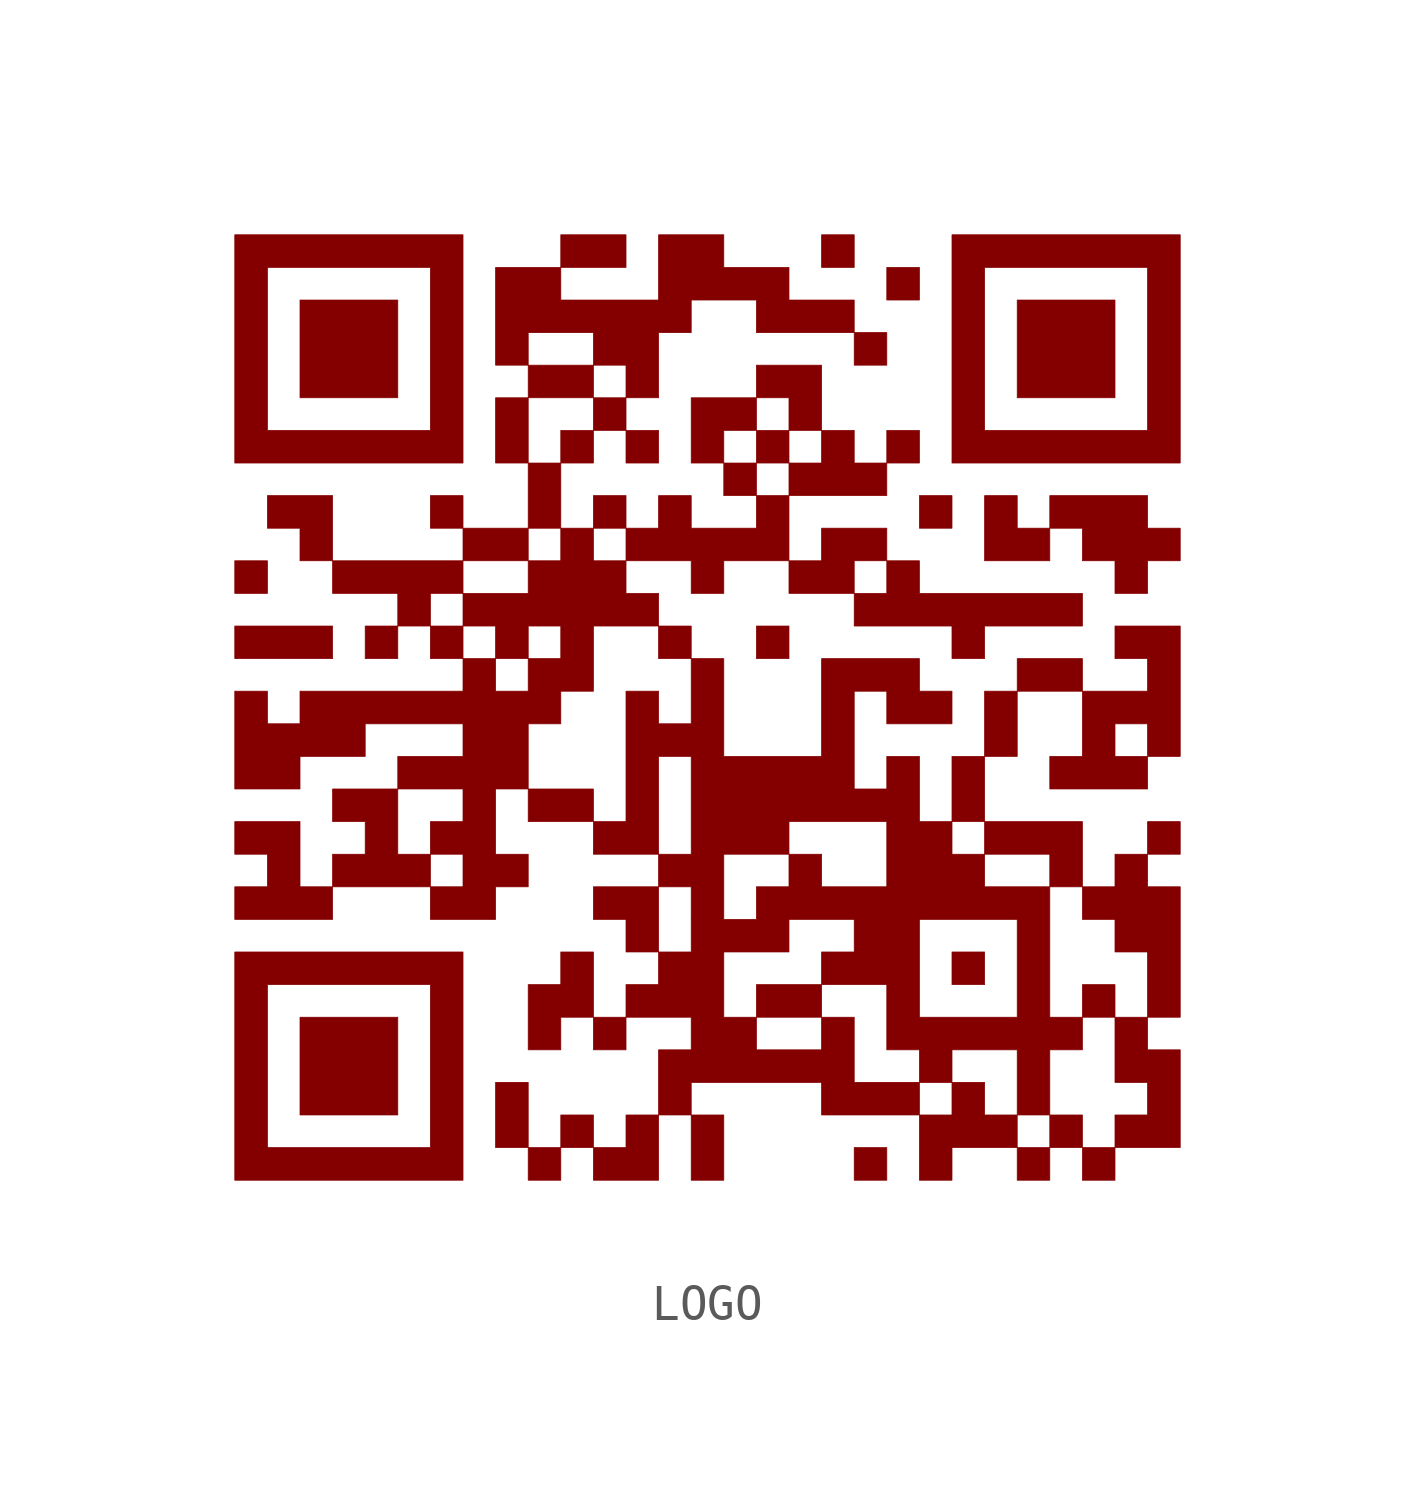
<source format=kicad_sym>
(kicad_symbol_lib
  (version 20220914)
  (generator bitmap2component)
  (symbol "LOGO"
    (pin_names
      (offset 1.016))
    (property "Reference" "#G"
      (at 0 14.368 0)
      (effects (font (size 1.27 1.27)) hide))
    (symbol "LOGO_0_0"
      (polyline (pts (xy -6.976 -10.232) (xy -6.976 -6.976) (xy -10.232 -6.976) (xy -13.488 -6.976) (xy -13.488 -10.232) (xy -13.488 -12.557) (xy -12.557 -12.557) (xy -12.557 -10.232) (xy -12.557 -7.907) (xy -10.232 -7.907) (xy -7.907 -7.907) (xy -7.907 -10.232) (xy -7.907 -12.557) (xy -10.232 -12.557) (xy -12.557 -12.557) (xy -13.488 -12.557) (xy -13.488 -13.488) (xy -10.232 -13.488) (xy -6.976 -13.488) (xy -6.976 -10.232)) (stroke (width 0.01) (type default)) (fill (type outline)))
      (polyline (pts (xy -2.325 13.023) (xy -2.325 13.488) (xy -3.256 13.488) (xy -4.186 13.488) (xy -4.186 13.023) (xy -4.186 12.557) (xy -3.256 12.557) (xy -2.325 12.557) (xy -2.325 13.023)) (stroke (width 0.01) (type default)) (fill (type outline)))
      (polyline (pts (xy -4.186 -13.023) (xy -4.186 -12.557) (xy -3.721 -12.557) (xy -3.256 -12.557) (xy -3.256 -13.023) (xy -3.256 -13.488) (xy -2.325 -13.488) (xy -1.395 -13.488) (xy -1.395 -12.557) (xy -1.395 -11.627) (xy -0.93 -11.627) (xy -0.465 -11.627) (xy -0.465 -12.557) (xy -0.465 -13.488) (xy 0 -13.488) (xy 0.465 -13.488) (xy 0.465 -12.557) (xy 0.465 -11.627) (xy 0 -11.627) (xy -0.465 -11.627) (xy -0.465 -11.162) (xy -0.465 -10.697) (xy 1.395 -10.697) (xy 3.256 -10.697) (xy 3.256 -11.162) (xy 3.256 -11.627) (xy 4.651 -11.627) (xy 6.046 -11.627) (xy 6.046 -12.557) (xy 6.046 -13.488) (xy 6.511 -13.488) (xy 6.976 -13.488) (xy 6.976 -13.023) (xy 6.976 -12.557) (xy 7.907 -12.557) (xy 8.837 -12.557) (xy 8.837 -13.023) (xy 8.837 -13.488) (xy 9.302 -13.488) (xy 9.767 -13.488) (xy 9.767 -13.023) (xy 9.767 -12.557) (xy 10.232 -12.557) (xy 10.697 -12.557) (xy 10.697 -13.023) (xy 10.697 -13.488) (xy 11.162 -13.488) (xy 11.627 -13.488) (xy 11.627 -13.023) (xy 11.627 -12.557) (xy 11.162 -12.557) (xy 10.697 -12.557) (xy 10.697 -12.092) (xy 10.697 -11.627) (xy 10.232 -11.627) (xy 9.767 -11.627) (xy 9.767 -12.092) (xy 9.767 -12.557) (xy 9.302 -12.557) (xy 8.837 -12.557) (xy 8.837 -12.092) (xy 8.837 -11.627) (xy 8.372 -11.627) (xy 7.907 -11.627) (xy 7.907 -11.162) (xy 7.907 -10.697) (xy 7.441 -10.697) (xy 6.976 -10.697) (xy 6.976 -11.162) (xy 6.976 -11.627) (xy 6.511 -11.627) (xy 6.046 -11.627) (xy 6.046 -11.162) (xy 6.046 -10.697) (xy 5.116 -10.697) (xy 4.186 -10.697) (xy 4.186 -9.767) (xy 4.186 -8.837) (xy 3.721 -8.837) (xy 3.256 -8.837) (xy 3.256 -9.302) (xy 3.256 -9.767) (xy 2.325 -9.767) (xy 1.395 -9.767) (xy 1.395 -9.302) (xy 1.395 -8.837) (xy 0.93 -8.837) (xy 0.465 -8.837) (xy 0.465 -7.907) (xy 0.465 -6.976) (xy 1.395 -6.976) (xy 2.325 -6.976) (xy 2.325 -6.511) (xy 2.325 -6.046) (xy 3.256 -6.046) (xy 4.186 -6.046) (xy 4.186 -6.511) (xy 4.186 -6.976) (xy 3.721 -6.976) (xy 3.256 -6.976) (xy 3.256 -7.441) (xy 3.256 -7.907) (xy 4.186 -7.907) (xy 5.116 -7.907) (xy 5.116 -8.837) (xy 6.046 -8.837) (xy 6.046 -7.441) (xy 6.046 -6.046) (xy 7.441 -6.046) (xy 8.837 -6.046) (xy 8.837 -7.441) (xy 8.837 -8.837) (xy 7.441 -8.837) (xy 6.046 -8.837) (xy 5.116 -8.837) (xy 5.116 -9.767) (xy 5.581 -9.767) (xy 6.046 -9.767) (xy 6.046 -10.232) (xy 6.046 -10.697) (xy 6.511 -10.697) (xy 6.976 -10.697) (xy 6.976 -10.232) (xy 6.976 -9.767) (xy 7.907 -9.767) (xy 8.837 -9.767) (xy 8.837 -10.697) (xy 8.837 -11.627) (xy 9.302 -11.627) (xy 9.767 -11.627) (xy 9.767 -10.697) (xy 9.767 -9.767) (xy 10.232 -9.767) (xy 10.697 -9.767) (xy 10.697 -9.302) (xy 10.697 -8.837) (xy 10.232 -8.837) (xy 9.767 -8.837) (xy 9.767 -6.976) (xy 9.767 -5.116) (xy 8.837 -5.116) (xy 7.907 -5.116) (xy 7.907 -4.651) (xy 7.907 -4.186) (xy 7.441 -4.186) (xy 6.976 -4.186) (xy 6.976 -3.721) (xy 6.976 -3.256) (xy 7.441 -3.256) (xy 7.907 -3.256) (xy 7.907 -3.721) (xy 7.907 -4.186) (xy 8.837 -4.186) (xy 9.767 -4.186) (xy 9.767 -4.651) (xy 9.767 -5.116) (xy 10.232 -5.116) (xy 10.697 -5.116) (xy 10.697 -5.581) (xy 10.697 -6.046) (xy 11.162 -6.046) (xy 11.627 -6.046) (xy 11.627 -6.511) (xy 11.627 -6.976) (xy 12.092 -6.976) (xy 12.557 -6.976) (xy 12.557 -7.907) (xy 12.557 -8.837) (xy 13.023 -8.837) (xy 13.488 -8.837) (xy 13.488 -6.976) (xy 13.488 -5.116) (xy 13.023 -5.116) (xy 12.557 -5.116) (xy 12.557 -4.651) (xy 12.557 -4.186) (xy 12.092 -4.186) (xy 11.627 -4.186) (xy 11.627 -4.651) (xy 11.627 -5.116) (xy 11.162 -5.116) (xy 10.697 -5.116) (xy 10.697 -4.186) (xy 10.697 -3.256) (xy 9.302 -3.256) (xy 7.907 -3.256) (xy 7.907 -2.325) (xy 7.907 -1.395) (xy 7.441 -1.395) (xy 6.976 -1.395) (xy 6.976 -2.325) (xy 6.976 -3.256) (xy 6.511 -3.256) (xy 6.046 -3.256) (xy 6.046 -2.325) (xy 6.046 -1.395) (xy 5.581 -1.395) (xy 5.116 -1.395) (xy 5.116 -1.86) (xy 5.116 -2.325) (xy 4.651 -2.325) (xy 4.186 -2.325) (xy 4.186 -0.93) (xy 4.186 0.465) (xy 4.651 0.465) (xy 5.116 0.465) (xy 5.116 0) (xy 5.116 -0.465) (xy 6.046 -0.465) (xy 6.976 -0.465) (xy 6.976 0) (xy 6.976 0.465) (xy 6.511 0.465) (xy 6.046 0.465) (xy 6.046 0.93) (xy 6.046 1.395) (xy 4.651 1.395) (xy 3.256 1.395) (xy 3.256 0) (xy 3.256 -1.395) (xy 1.86 -1.395) (xy 0.465 -1.395) (xy 0.465 0) (xy 0.465 1.395) (xy 0 1.395) (xy -0.465 1.395) (xy -0.465 1.86) (xy -0.465 2.325) (xy -0.93 2.325) (xy -1.395 2.325) (xy -1.395 2.791) (xy -1.395 3.256) (xy -1.86 3.256) (xy -2.325 3.256) (xy -2.325 3.721) (xy -2.325 4.186) (xy -1.395 4.186) (xy -0.465 4.186) (xy -0.465 3.721) (xy -0.465 3.256) (xy 0 3.256) (xy 0.465 3.256) (xy 0.465 3.721) (xy 0.465 4.186) (xy 1.395 4.186) (xy 2.325 4.186) (xy 2.325 3.721) (xy 2.325 3.256) (xy 3.256 3.256) (xy 4.186 3.256) (xy 4.186 3.721) (xy 4.186 4.186) (xy 4.651 4.186) (xy 5.116 4.186) (xy 5.116 3.721) (xy 5.116 3.256) (xy 4.651 3.256) (xy 4.186 3.256) (xy 4.186 2.791) (xy 4.186 2.325) (xy 5.581 2.325) (xy 6.976 2.325) (xy 6.976 1.86) (xy 6.976 1.395) (xy 7.441 1.395) (xy 7.907 1.395) (xy 7.907 1.86) (xy 7.907 2.325) (xy 9.302 2.325) (xy 10.697 2.325) (xy 10.697 2.791) (xy 10.697 3.256) (xy 8.372 3.256) (xy 6.046 3.256) (xy 6.046 3.721) (xy 6.046 4.186) (xy 5.581 4.186) (xy 5.116 4.186) (xy 5.116 4.651) (xy 5.116 5.116) (xy 4.186 5.116) (xy 3.256 5.116) (xy 3.256 4.651) (xy 3.256 4.186) (xy 2.791 4.186) (xy 2.325 4.186) (xy 2.325 5.116) (xy 2.325 6.046) (xy 1.86 6.046) (xy 1.395 6.046) (xy 1.395 6.511) (xy 1.395 6.976) (xy 0.93 6.976) (xy 0.465 6.976) (xy 0.465 7.441) (xy 0.465 7.907) (xy 0.93 7.907) (xy 1.395 7.907) (xy 1.395 8.372) (xy 1.395 8.837) (xy 1.86 8.837) (xy 2.325 8.837) (xy 2.325 8.372) (xy 2.325 7.907) (xy 2.791 7.907) (xy 3.256 7.907) (xy 3.256 7.441) (xy 3.256 6.976) (xy 2.791 6.976) (xy 2.325 6.976) (xy 2.325 6.511) (xy 2.325 6.046) (xy 3.721 6.046) (xy 5.116 6.046) (xy 5.116 6.511) (xy 5.116 6.976) (xy 4.651 6.976) (xy 4.186 6.976) (xy 4.186 7.441) (xy 4.186 7.907) (xy 3.721 7.907) (xy 3.256 7.907) (xy 3.256 8.837) (xy 3.256 9.767) (xy 2.325 9.767) (xy 1.395 9.767) (xy 1.395 9.302) (xy 1.395 8.837) (xy 0.465 8.837) (xy -0.465 8.837) (xy -0.465 7.907) (xy -0.465 6.976) (xy 0 6.976) (xy 0.465 6.976) (xy 0.465 6.511) (xy 0.465 6.046) (xy 0.93 6.046) (xy 1.395 6.046) (xy 1.395 5.581) (xy 1.395 5.116) (xy 0.465 5.116) (xy -0.465 5.116) (xy -0.465 5.581) (xy -0.465 6.046) (xy -0.93 6.046) (xy -1.395 6.046) (xy -1.395 5.581) (xy -1.395 5.116) (xy -1.86 5.116) (xy -2.325 5.116) (xy -2.325 5.581) (xy -2.325 6.046) (xy -2.791 6.046) (xy -3.256 6.046) (xy -3.256 5.581) (xy -3.256 5.116) (xy -3.721 5.116) (xy -4.186 5.116) (xy -4.186 6.046) (xy -4.186 6.976) (xy -4.651 6.976) (xy -5.116 6.976) (xy -5.116 7.907) (xy -5.116 8.837) (xy -4.186 8.837) (xy -3.256 8.837) (xy -3.256 8.372) (xy -3.256 7.907) (xy -3.721 7.907) (xy -4.186 7.907) (xy -4.186 7.441) (xy -4.186 6.976) (xy -3.721 6.976) (xy -3.256 6.976) (xy -3.256 7.441) (xy -3.256 7.907) (xy -2.791 7.907) (xy -2.325 7.907) (xy -2.325 7.441) (xy -2.325 6.976) (xy -1.86 6.976) (xy -1.395 6.976) (xy -1.395 7.441) (xy -1.395 7.907) (xy -1.86 7.907) (xy -2.325 7.907) (xy -2.325 8.372) (xy -2.325 8.837) (xy -2.791 8.837) (xy -3.256 8.837) (xy -3.256 9.302) (xy -3.256 9.767) (xy -4.186 9.767) (xy -5.116 9.767) (xy -5.116 10.232) (xy -5.116 10.697) (xy -4.186 10.697) (xy -3.256 10.697) (xy -3.256 10.232) (xy -3.256 9.767) (xy -2.791 9.767) (xy -2.325 9.767) (xy -2.325 9.302) (xy -2.325 8.837) (xy -1.86 8.837) (xy -1.395 8.837) (xy -1.395 9.767) (xy -1.395 10.697) (xy -0.93 10.697) (xy -0.465 10.697) (xy -0.465 11.162) (xy -0.465 11.627) (xy 0.465 11.627) (xy 1.395 11.627) (xy 1.395 11.162) (xy 1.395 10.697) (xy 2.791 10.697) (xy 4.186 10.697) (xy 4.186 10.232) (xy 4.186 9.767) (xy 4.651 9.767) (xy 5.116 9.767) (xy 5.116 10.232) (xy 5.116 10.697) (xy 4.651 10.697) (xy 4.186 10.697) (xy 4.186 11.162) (xy 4.186 11.627) (xy 3.256 11.627) (xy 2.325 11.627) (xy 2.325 12.092) (xy 2.325 12.557) (xy 1.395 12.557) (xy 0.465 12.557) (xy 0.465 13.023) (xy 0.465 13.488) (xy -0.465 13.488) (xy -1.395 13.488) (xy -1.395 12.557) (xy -1.395 11.627) (xy -2.791 11.627) (xy -4.186 11.627) (xy -4.186 12.092) (xy -4.186 12.557) (xy -5.116 12.557) (xy -6.046 12.557) (xy -6.046 11.162) (xy -6.046 9.767) (xy -5.581 9.767) (xy -5.116 9.767) (xy -5.116 9.302) (xy -5.116 8.837) (xy -5.581 8.837) (xy -6.046 8.837) (xy -6.046 7.907) (xy -6.046 6.976) (xy -5.581 6.976) (xy -5.116 6.976) (xy -5.116 6.046) (xy -5.116 5.116) (xy -6.046 5.116) (xy -6.976 5.116) (xy -6.976 5.581) (xy -6.976 6.046) (xy -7.441 6.046) (xy -7.907 6.046) (xy -7.907 5.581) (xy -7.907 5.116) (xy -7.441 5.116) (xy -6.976 5.116) (xy -6.976 4.651) (xy -6.976 4.186) (xy -8.837 4.186) (xy -10.697 4.186) (xy -10.697 5.116) (xy -10.697 6.046) (xy -11.627 6.046) (xy -12.557 6.046) (xy -12.557 5.581) (xy -12.557 5.116) (xy -12.092 5.116) (xy -11.627 5.116) (xy -11.627 4.651) (xy -11.627 4.186) (xy -11.162 4.186) (xy -10.697 4.186) (xy -10.697 3.721) (xy -10.697 3.256) (xy -9.767 3.256) (xy -8.837 3.256) (xy -7.907 3.256) (xy -7.441 3.256) (xy -6.976 3.256) (xy -6.976 3.721) (xy -6.976 4.186) (xy -6.046 4.186) (xy -5.116 4.186) (xy -5.116 4.651) (xy -5.116 5.116) (xy -4.651 5.116) (xy -4.186 5.116) (xy -4.186 4.651) (xy -4.186 4.186) (xy -3.256 4.186) (xy -3.256 4.651) (xy -3.256 5.116) (xy -2.791 5.116) (xy -2.325 5.116) (xy -2.325 4.651) (xy -2.325 4.186) (xy -2.791 4.186) (xy -3.256 4.186) (xy -4.186 4.186) (xy -4.651 4.186) (xy -5.116 4.186) (xy -5.116 3.721) (xy -5.116 3.256) (xy -6.046 3.256) (xy -6.976 3.256) (xy -6.976 2.791) (xy -6.976 2.325) (xy -6.511 2.325) (xy -6.046 2.325) (xy -6.046 1.86) (xy -6.046 1.395) (xy -5.581 1.395) (xy -5.116 1.395) (xy -5.116 1.86) (xy -5.116 2.325) (xy -4.651 2.325) (xy -4.186 2.325) (xy -4.186 1.86) (xy -4.186 1.395) (xy -4.651 1.395) (xy -5.116 1.395) (xy -5.116 0.93) (xy -5.116 0.465) (xy -5.581 0.465) (xy -6.046 0.465) (xy -6.046 0.93) (xy -6.046 1.395) (xy -6.511 1.395) (xy -6.976 1.395) (xy -6.976 1.86) (xy -6.976 2.325) (xy -7.441 2.325) (xy -7.907 2.325) (xy -7.907 2.791) (xy -7.907 3.256) (xy -8.837 3.256) (xy -8.837 2.791) (xy -8.837 2.325) (xy -9.302 2.325) (xy -9.767 2.325) (xy -9.767 1.86) (xy -9.767 1.395) (xy -9.302 1.395) (xy -8.837 1.395) (xy -8.837 1.86) (xy -8.837 2.325) (xy -8.372 2.325) (xy -7.907 2.325) (xy -7.907 1.86) (xy -7.907 1.395) (xy -7.441 1.395) (xy -6.976 1.395) (xy -6.976 0.93) (xy -6.976 0.465) (xy -9.302 0.465) (xy -11.627 0.465) (xy -11.627 0) (xy -11.627 -0.465) (xy -12.092 -0.465) (xy -12.557 -0.465) (xy -12.557 0) (xy -12.557 0.465) (xy -13.023 0.465) (xy -13.488 0.465) (xy -13.488 -0.93) (xy -13.488 -2.325) (xy -12.557 -2.325) (xy -11.627 -2.325) (xy -11.627 -1.86) (xy -11.627 -1.395) (xy -10.697 -1.395) (xy -9.767 -1.395) (xy -9.767 -0.93) (xy -9.767 -0.465) (xy -8.372 -0.465) (xy -6.976 -0.465) (xy -5.116 -0.465) (xy -4.651 -0.465) (xy -4.186 -0.465) (xy -4.186 0) (xy -4.186 0.465) (xy -3.721 0.465) (xy -3.256 0.465) (xy -3.256 1.395) (xy -3.256 2.325) (xy -2.325 2.325) (xy -1.395 2.325) (xy -1.395 1.86) (xy -1.395 1.395) (xy -0.93 1.395) (xy -0.465 1.395) (xy -0.465 0.465) (xy -0.465 -0.465) (xy -0.93 -0.465) (xy -1.395 -0.465) (xy -1.395 0) (xy -1.395 0.465) (xy -1.86 0.465) (xy -2.325 0.465) (xy -2.325 -1.395) (xy -2.325 -3.256) (xy -2.791 -3.256) (xy -3.256 -3.256) (xy -3.256 -2.791) (xy -3.256 -2.325) (xy -4.186 -2.325) (xy -5.116 -2.325) (xy -5.116 -1.395) (xy -5.116 -0.465) (xy -6.976 -0.465) (xy -6.976 -0.93) (xy -6.976 -1.395) (xy -7.907 -1.395) (xy -8.837 -1.395) (xy -8.837 -1.86) (xy -8.837 -2.325) (xy -7.907 -2.325) (xy -6.976 -2.325) (xy -6.976 -2.791) (xy -6.976 -3.256) (xy -7.441 -3.256) (xy -7.907 -3.256) (xy -7.907 -3.721) (xy -7.907 -4.186) (xy -7.441 -4.186) (xy -6.976 -4.186) (xy -6.976 -4.651) (xy -6.976 -5.116) (xy -7.441 -5.116) (xy -7.907 -5.116) (xy -7.907 -4.651) (xy -7.907 -4.186) (xy -8.372 -4.186) (xy -8.837 -4.186) (xy -8.837 -3.256) (xy -8.837 -2.325) (xy -9.767 -2.325) (xy -10.697 -2.325) (xy -10.697 -2.791) (xy -10.697 -3.256) (xy -10.232 -3.256) (xy -9.767 -3.256) (xy -9.767 -3.721) (xy -9.767 -4.186) (xy -10.232 -4.186) (xy -10.697 -4.186) (xy -10.697 -4.651) (xy -10.697 -5.116) (xy -11.162 -5.116) (xy -11.627 -5.116) (xy -11.627 -4.186) (xy -11.627 -3.256) (xy -12.557 -3.256) (xy -13.488 -3.256) (xy -13.488 -3.721) (xy -13.488 -4.186) (xy -13.023 -4.186) (xy -12.557 -4.186) (xy -12.557 -4.651) (xy -12.557 -5.116) (xy -13.023 -5.116) (xy -13.488 -5.116) (xy -13.488 -5.581) (xy -13.488 -6.046) (xy -12.092 -6.046) (xy -10.697 -6.046) (xy -10.697 -5.581) (xy -10.697 -5.116) (xy -9.302 -5.116) (xy -7.907 -5.116) (xy -7.907 -5.581) (xy -7.907 -6.046) (xy -6.976 -6.046) (xy -6.046 -6.046) (xy -6.046 -5.581) (xy -6.046 -5.116) (xy -5.581 -5.116) (xy -5.116 -5.116) (xy -5.116 -4.651) (xy -5.116 -4.186) (xy -5.581 -4.186) (xy -6.046 -4.186) (xy -6.046 -3.256) (xy -6.046 -2.325) (xy -5.581 -2.325) (xy -5.116 -2.325) (xy -5.116 -2.791) (xy -5.116 -3.256) (xy -4.186 -3.256) (xy -3.256 -3.256) (xy -3.256 -3.721) (xy -3.256 -4.186) (xy -2.325 -4.186) (xy -1.395 -4.186) (xy -1.395 -2.791) (xy -1.395 -1.395) (xy -0.93 -1.395) (xy -0.465 -1.395) (xy -0.465 -2.791) (xy -0.465 -4.186) (xy -0.93 -4.186) (xy -1.395 -4.186) (xy -1.395 -4.651) (xy -1.395 -5.116) (xy -2.325 -5.116) (xy -3.256 -5.116) (xy -3.256 -5.581) (xy -3.256 -6.046) (xy -2.791 -6.046) (xy -2.325 -6.046) (xy -2.325 -6.511) (xy -2.325 -6.976) (xy -1.86 -6.976) (xy -1.395 -6.976) (xy -1.395 -6.046) (xy -1.395 -5.116) (xy -0.93 -5.116) (xy -0.465 -5.116) (xy -0.465 -6.046) (xy 0.465 -6.046) (xy 0.465 -5.116) (xy 0.465 -4.186) (xy 1.395 -4.186) (xy 2.325 -4.186) (xy 2.325 -3.721) (xy 2.325 -3.256) (xy 3.721 -3.256) (xy 5.116 -3.256) (xy 5.116 -4.186) (xy 5.116 -5.116) (xy 4.186 -5.116) (xy 3.256 -5.116) (xy 3.256 -4.651) (xy 3.256 -4.186) (xy 2.791 -4.186) (xy 2.325 -4.186) (xy 2.325 -4.651) (xy 2.325 -5.116) (xy 1.86 -5.116) (xy 1.395 -5.116) (xy 1.395 -5.581) (xy 1.395 -6.046) (xy 0.93 -6.046) (xy 0.465 -6.046) (xy -0.465 -6.046) (xy -0.465 -6.976) (xy -0.93 -6.976) (xy -1.395 -6.976) (xy -1.395 -7.441) (xy -1.395 -7.907) (xy -1.86 -7.907) (xy -2.325 -7.907) (xy -2.325 -8.372) (xy -2.325 -8.837) (xy -2.791 -8.837) (xy -3.256 -8.837) (xy -3.256 -7.907) (xy -3.256 -6.976) (xy -3.721 -6.976) (xy -4.186 -6.976) (xy -4.186 -7.441) (xy -4.186 -7.907) (xy -4.651 -7.907) (xy -5.116 -7.907) (xy -5.116 -8.837) (xy -5.116 -9.767) (xy -4.651 -9.767) (xy -4.186 -9.767) (xy -4.186 -9.302) (xy -4.186 -8.837) (xy -3.721 -8.837) (xy -3.256 -8.837) (xy -3.256 -9.302) (xy -3.256 -9.767) (xy -2.791 -9.767) (xy -2.325 -9.767) (xy -2.325 -9.302) (xy -2.325 -8.837) (xy -1.395 -8.837) (xy -0.465 -8.837) (xy -0.465 -9.302) (xy -0.465 -9.767) (xy -0.93 -9.767) (xy -1.395 -9.767) (xy -1.395 -10.697) (xy -1.395 -11.627) (xy -1.86 -11.627) (xy -2.325 -11.627) (xy -2.325 -12.092) (xy -2.325 -12.557) (xy -2.791 -12.557) (xy -3.256 -12.557) (xy -3.256 -12.092) (xy -3.256 -11.627) (xy -3.721 -11.627) (xy -4.186 -11.627) (xy -4.186 -12.092) (xy -4.186 -12.557) (xy -4.651 -12.557) (xy -5.116 -12.557) (xy -5.116 -11.627) (xy -5.116 -10.697) (xy -5.581 -10.697) (xy -6.046 -10.697) (xy -6.046 -11.627) (xy -6.046 -12.557) (xy -5.581 -12.557) (xy -5.116 -12.557) (xy -5.116 -13.023) (xy -5.116 -13.488) (xy -4.651 -13.488) (xy -4.186 -13.488) (xy -4.186 -13.023)) (stroke (width 0.01) (type default)) (fill (type outline)))
      (polyline (pts (xy 6.046 7.441) (xy 6.046 7.907) (xy 5.581 7.907) (xy 5.116 7.907) (xy 5.116 7.441) (xy 5.116 6.976) (xy 5.581 6.976) (xy 6.046 6.976) (xy 6.046 7.441)) (stroke (width 0.01) (type default)) (fill (type outline)))
      (polyline (pts (xy 12.557 -1.86) (xy 12.557 -1.395) (xy 12.092 -1.395) (xy 11.627 -1.395) (xy 11.627 -0.93) (xy 11.627 -0.465) (xy 12.092 -0.465) (xy 12.557 -0.465) (xy 12.557 -0.93) (xy 12.557 -1.395) (xy 13.023 -1.395) (xy 13.488 -1.395) (xy 13.488 0.465) (xy 13.488 2.325) (xy 12.557 2.325) (xy 11.627 2.325) (xy 11.627 1.86) (xy 11.627 1.395) (xy 12.092 1.395) (xy 12.557 1.395) (xy 12.557 0.93) (xy 12.557 0.465) (xy 11.627 0.465) (xy 10.697 0.465) (xy 10.697 0.93) (xy 10.697 1.395) (xy 9.767 1.395) (xy 8.837 1.395) (xy 8.837 0.93) (xy 8.837 0.465) (xy 8.372 0.465) (xy 7.907 0.465) (xy 7.907 -0.465) (xy 7.907 -1.395) (xy 8.372 -1.395) (xy 8.837 -1.395) (xy 8.837 -0.465) (xy 8.837 0.465) (xy 9.767 0.465) (xy 10.697 0.465) (xy 10.697 -0.465) (xy 10.697 -1.395) (xy 10.232 -1.395) (xy 9.767 -1.395) (xy 9.767 -1.86) (xy 9.767 -2.325) (xy 11.162 -2.325) (xy 12.557 -2.325) (xy 12.557 -1.86)) (stroke (width 0.01) (type default)) (fill (type outline)))
      (polyline (pts (xy 13.488 -3.721) (xy 13.488 -3.256) (xy 13.023 -3.256) (xy 12.557 -3.256) (xy 12.557 -3.721) (xy 12.557 -4.186) (xy 13.023 -4.186) (xy 13.488 -4.186) (xy 13.488 -3.721)) (stroke (width 0.01) (type default)) (fill (type outline)))
      (polyline (pts (xy 13.488 -11.162) (xy 13.488 -9.767) (xy 13.023 -9.767) (xy 12.557 -9.767) (xy 12.557 -9.302) (xy 12.557 -8.837) (xy 12.092 -8.837) (xy 11.627 -8.837) (xy 11.627 -9.767) (xy 11.627 -10.697) (xy 12.092 -10.697) (xy 12.557 -10.697) (xy 12.557 -11.162) (xy 12.557 -11.627) (xy 12.092 -11.627) (xy 11.627 -11.627) (xy 11.627 -12.092) (xy 11.627 -12.557) (xy 12.557 -12.557) (xy 13.488 -12.557) (xy 13.488 -11.162)) (stroke (width 0.01) (type default)) (fill (type outline)))
      (polyline (pts (xy 5.116 -13.023) (xy 5.116 -12.557) (xy 4.651 -12.557) (xy 4.186 -12.557) (xy 4.186 -13.023) (xy 4.186 -13.488) (xy 4.651 -13.488) (xy 5.116 -13.488) (xy 5.116 -13.023)) (stroke (width 0.01) (type default)) (fill (type outline)))
      (polyline (pts (xy -10.697 1.86) (xy -10.697 2.325) (xy -12.092 2.325) (xy -13.488 2.325) (xy -13.488 1.86) (xy -13.488 1.395) (xy -12.092 1.395) (xy -10.697 1.395) (xy -10.697 1.86)) (stroke (width 0.01) (type default)) (fill (type outline)))
      (polyline (pts (xy 2.325 1.86) (xy 2.325 2.325) (xy 1.86 2.325) (xy 1.395 2.325) (xy 1.395 1.86) (xy 1.395 1.395) (xy 1.86 1.395) (xy 2.325 1.395) (xy 2.325 1.86)) (stroke (width 0.01) (type default)) (fill (type outline)))
      (polyline (pts (xy -12.557 3.721) (xy -12.557 4.186) (xy -13.023 4.186) (xy -13.488 4.186) (xy -13.488 3.721) (xy -13.488 3.256) (xy -13.023 3.256) (xy -12.557 3.256) (xy -12.557 3.721)) (stroke (width 0.01) (type default)) (fill (type outline)))
      (polyline (pts (xy 12.557 3.721) (xy 12.557 4.186) (xy 13.023 4.186) (xy 13.488 4.186) (xy 13.488 4.651) (xy 13.488 5.116) (xy 13.023 5.116) (xy 12.557 5.116) (xy 12.557 5.581) (xy 12.557 6.046) (xy 11.162 6.046) (xy 9.767 6.046) (xy 9.767 5.581) (xy 9.767 5.116) (xy 9.302 5.116) (xy 8.837 5.116) (xy 8.837 5.581) (xy 8.837 6.046) (xy 8.372 6.046) (xy 7.907 6.046) (xy 7.907 5.116) (xy 7.907 4.186) (xy 8.837 4.186) (xy 9.767 4.186) (xy 9.767 4.651) (xy 9.767 5.116) (xy 10.232 5.116) (xy 10.697 5.116) (xy 10.697 4.651) (xy 10.697 4.186) (xy 11.162 4.186) (xy 11.627 4.186) (xy 11.627 3.721) (xy 11.627 3.256) (xy 12.092 3.256) (xy 12.557 3.256) (xy 12.557 3.721)) (stroke (width 0.01) (type default)) (fill (type outline)))
      (polyline (pts (xy 6.976 5.581) (xy 6.976 6.046) (xy 6.511 6.046) (xy 6.046 6.046) (xy 6.046 5.581) (xy 6.046 5.116) (xy 6.511 5.116) (xy 6.976 5.116) (xy 6.976 5.581)) (stroke (width 0.01) (type default)) (fill (type outline)))
      (polyline (pts (xy -6.976 10.232) (xy -6.976 13.488) (xy -10.232 13.488) (xy -13.488 13.488) (xy -13.488 10.232) (xy -13.488 7.907) (xy -12.557 7.907) (xy -12.557 10.232) (xy -12.557 12.557) (xy -10.232 12.557) (xy -7.907 12.557) (xy -7.907 10.232) (xy -7.907 7.907) (xy -10.232 7.907) (xy -12.557 7.907) (xy -13.488 7.907) (xy -13.488 6.976) (xy -10.232 6.976) (xy -6.976 6.976) (xy -6.976 10.232)) (stroke (width 0.01) (type default)) (fill (type outline)))
      (polyline (pts (xy 13.488 10.232) (xy 13.488 13.488) (xy 10.232 13.488) (xy 6.976 13.488) (xy 6.976 10.232) (xy 6.976 7.907) (xy 7.907 7.907) (xy 7.907 10.232) (xy 7.907 12.557) (xy 10.232 12.557) (xy 12.557 12.557) (xy 12.557 10.232) (xy 12.557 7.907) (xy 10.232 7.907) (xy 7.907 7.907) (xy 6.976 7.907) (xy 6.976 6.976) (xy 10.232 6.976) (xy 13.488 6.976) (xy 13.488 10.232)) (stroke (width 0.01) (type default)) (fill (type outline)))
      (polyline (pts (xy 6.046 12.092) (xy 6.046 12.557) (xy 5.581 12.557) (xy 5.116 12.557) (xy 5.116 12.092) (xy 5.116 11.627) (xy 5.581 11.627) (xy 6.046 11.627) (xy 6.046 12.092)) (stroke (width 0.01) (type default)) (fill (type outline)))
      (polyline (pts (xy 4.186 13.023) (xy 4.186 13.488) (xy 3.721 13.488) (xy 3.256 13.488) (xy 3.256 13.023) (xy 3.256 12.557) (xy 3.721 12.557) (xy 4.186 12.557) (xy 4.186 13.023)) (stroke (width 0.01) (type default)) (fill (type outline)))
      (polyline (pts (xy -8.837 -10.232) (xy -8.837 -8.837) (xy -10.232 -8.837) (xy -11.627 -8.837) (xy -11.627 -10.232) (xy -11.627 -11.627) (xy -10.232 -11.627) (xy -8.837 -11.627) (xy -8.837 -10.232)) (stroke (width 0.01) (type default)) (fill (type outline)))
      (polyline (pts (xy 3.256 -8.372) (xy 3.256 -7.907) (xy 2.325 -7.907) (xy 1.395 -7.907) (xy 1.395 -8.372) (xy 1.395 -8.837) (xy 2.325 -8.837) (xy 3.256 -8.837) (xy 3.256 -8.372)) (stroke (width 0.01) (type default)) (fill (type outline)))
      (polyline (pts (xy 11.627 -8.372) (xy 11.627 -7.907) (xy 11.162 -7.907) (xy 10.697 -7.907) (xy 10.697 -8.372) (xy 10.697 -8.837) (xy 11.162 -8.837) (xy 11.627 -8.837) (xy 11.627 -8.372)) (stroke (width 0.01) (type default)) (fill (type outline)))
      (polyline (pts (xy 7.907 -7.441) (xy 7.907 -6.976) (xy 7.441 -6.976) (xy 6.976 -6.976) (xy 6.976 -7.441) (xy 6.976 -7.907) (xy 7.441 -7.907) (xy 7.907 -7.907) (xy 7.907 -7.441)) (stroke (width 0.01) (type default)) (fill (type outline)))
      (polyline (pts (xy 2.325 7.441) (xy 2.325 7.907) (xy 1.86 7.907) (xy 1.395 7.907) (xy 1.395 7.441) (xy 1.395 6.976) (xy 1.86 6.976) (xy 2.325 6.976) (xy 2.325 7.441)) (stroke (width 0.01) (type default)) (fill (type outline)))
      (polyline (pts (xy -8.837 10.232) (xy -8.837 11.627) (xy -10.232 11.627) (xy -11.627 11.627) (xy -11.627 10.232) (xy -11.627 8.837) (xy -10.232 8.837) (xy -8.837 8.837) (xy -8.837 10.232)) (stroke (width 0.01) (type default)) (fill (type outline)))
      (polyline (pts (xy 11.627 10.232) (xy 11.627 11.627) (xy 10.232 11.627) (xy 8.837 11.627) (xy 8.837 10.232) (xy 8.837 8.837) (xy 10.232 8.837) (xy 11.627 8.837) (xy 11.627 10.232)) (stroke (width 0.01) (type default)) (fill (type outline))))))
</source>
